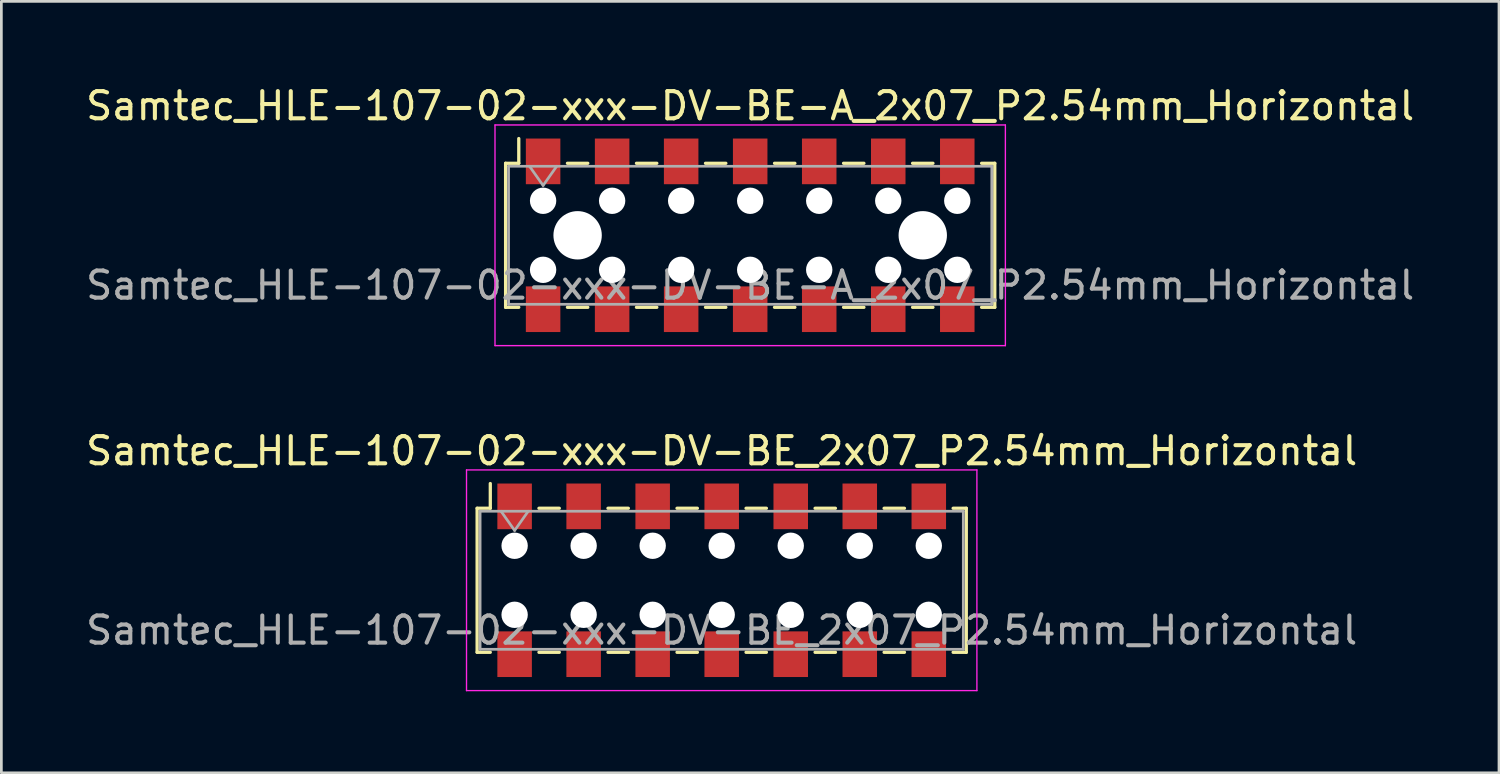
<source format=kicad_pcb>
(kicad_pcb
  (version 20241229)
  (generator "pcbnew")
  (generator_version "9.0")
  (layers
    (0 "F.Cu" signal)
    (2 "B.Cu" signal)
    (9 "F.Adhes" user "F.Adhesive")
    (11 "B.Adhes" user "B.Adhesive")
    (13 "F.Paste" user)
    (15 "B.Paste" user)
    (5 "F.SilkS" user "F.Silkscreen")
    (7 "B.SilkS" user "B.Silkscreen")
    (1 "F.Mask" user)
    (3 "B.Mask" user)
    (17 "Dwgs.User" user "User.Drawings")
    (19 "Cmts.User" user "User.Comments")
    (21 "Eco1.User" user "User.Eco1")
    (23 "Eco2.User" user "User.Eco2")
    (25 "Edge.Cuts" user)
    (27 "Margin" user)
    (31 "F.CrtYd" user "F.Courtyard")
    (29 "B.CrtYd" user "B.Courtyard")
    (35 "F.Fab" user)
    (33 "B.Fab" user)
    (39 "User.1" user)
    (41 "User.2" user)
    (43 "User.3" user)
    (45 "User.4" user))
  (footprint "Samtec_HLE-107-02-xxx-DV-BE-A_2x07_P2.54mm_Horizontal"
    (layer "F.Cu")
    (at 24.554 5.608)
    (property "Reference" "Samtec_HLE-107-02-xxx-DV-BE-A_2x07_P2.54mm_Horizontal" (at 0 -4.76 0) (layer "F.SilkS") (effects (font (size 1 1) (thickness 0.15))))
    (attr smd)
    (fp_line (start -9 -2.65) (end -9 2.65) (stroke (width 0.12) (type solid)) (layer "F.SilkS"))
    (fp_line (start -9 2.65) (end -8.515 2.65) (stroke (width 0.12) (type solid)) (layer "F.SilkS"))
    (fp_line (start -8.515 -3.56) (end -8.515 -2.65) (stroke (width 0.12) (type solid)) (layer "F.SilkS"))
    (fp_line (start -8.515 -2.65) (end -9 -2.65) (stroke (width 0.12) (type solid)) (layer "F.SilkS"))
    (fp_line (start -6.725 -2.65) (end -5.975 -2.65) (stroke (width 0.12) (type solid)) (layer "F.SilkS"))
    (fp_line (start -6.725 2.65) (end -5.975 2.65) (stroke (width 0.12) (type solid)) (layer "F.SilkS"))
    (fp_line (start -4.185 -2.65) (end -3.435 -2.65) (stroke (width 0.12) (type solid)) (layer "F.SilkS"))
    (fp_line (start -4.185 2.65) (end -3.435 2.65) (stroke (width 0.12) (type solid)) (layer "F.SilkS"))
    (fp_line (start -1.645 -2.65) (end -0.895 -2.65) (stroke (width 0.12) (type solid)) (layer "F.SilkS"))
    (fp_line (start -1.645 2.65) (end -0.895 2.65) (stroke (width 0.12) (type solid)) (layer "F.SilkS"))
    (fp_line (start 0.895 -2.65) (end 1.645 -2.65) (stroke (width 0.12) (type solid)) (layer "F.SilkS"))
    (fp_line (start 0.895 2.65) (end 1.645 2.65) (stroke (width 0.12) (type solid)) (layer "F.SilkS"))
    (fp_line (start 3.435 -2.65) (end 4.185 -2.65) (stroke (width 0.12) (type solid)) (layer "F.SilkS"))
    (fp_line (start 3.435 2.65) (end 4.185 2.65) (stroke (width 0.12) (type solid)) (layer "F.SilkS"))
    (fp_line (start 5.975 -2.65) (end 6.725 -2.65) (stroke (width 0.12) (type solid)) (layer "F.SilkS"))
    (fp_line (start 5.975 2.65) (end 6.725 2.65) (stroke (width 0.12) (type solid)) (layer "F.SilkS"))
    (fp_line (start 8.515 -2.65) (end 9 -2.65) (stroke (width 0.12) (type solid)) (layer "F.SilkS"))
    (fp_line (start 9 -2.65) (end 9 2.65) (stroke (width 0.12) (type solid)) (layer "F.SilkS"))
    (fp_line (start 9 2.65) (end 8.515 2.65) (stroke (width 0.12) (type solid)) (layer "F.SilkS"))
    (fp_line (start -9.39 -4.06) (end 9.39 -4.06) (stroke (width 0.05) (type solid)) (layer "F.CrtYd"))
    (fp_line (start -9.39 4.06) (end -9.39 -4.06) (stroke (width 0.05) (type solid)) (layer "F.CrtYd"))
    (fp_line (start 9.39 -4.06) (end 9.39 4.06) (stroke (width 0.05) (type solid)) (layer "F.CrtYd"))
    (fp_line (start 9.39 4.06) (end -9.39 4.06) (stroke (width 0.05) (type solid)) (layer "F.CrtYd"))
    (fp_line (start -8.89 -2.54) (end 8.89 -2.54) (stroke (width 0.1) (type solid)) (layer "F.Fab"))
    (fp_line (start -8.89 2.54) (end -8.89 -2.54) (stroke (width 0.1) (type solid)) (layer "F.Fab"))
    (fp_line (start -8.12 -2.54) (end -7.62 -1.833) (stroke (width 0.1) (type solid)) (layer "F.Fab"))
    (fp_line (start -7.62 -1.833) (end -7.12 -2.54) (stroke (width 0.1) (type solid)) (layer "F.Fab"))
    (fp_line (start 8.89 -2.54) (end 8.89 2.54) (stroke (width 0.1) (type solid)) (layer "F.Fab"))
    (fp_line (start 8.89 2.54) (end -8.89 2.54) (stroke (width 0.1) (type solid)) (layer "F.Fab"))
    (fp_text user "${REFERENCE}" (at 0 1.84 0) (layer "F.Fab") (effects (font (size 1 1) (thickness 0.15))))
    (pad "" np_thru_hole circle (at -7.62 -1.27) (size 0.97 0.97) (drill 0.97) (layers "*.Cu" "*.Mask"))
    (pad "" np_thru_hole circle (at -7.62 1.27) (size 0.97 0.97) (drill 0.97) (layers "*.Cu" "*.Mask"))
    (pad "" np_thru_hole circle (at -6.35 0) (size 1.78 1.78) (drill 1.78) (layers "*.Cu" "*.Mask"))
    (pad "" np_thru_hole circle (at -5.08 -1.27) (size 0.97 0.97) (drill 0.97) (layers "*.Cu" "*.Mask"))
    (pad "" np_thru_hole circle (at -5.08 1.27) (size 0.97 0.97) (drill 0.97) (layers "*.Cu" "*.Mask"))
    (pad "" np_thru_hole circle (at -2.54 -1.27) (size 0.97 0.97) (drill 0.97) (layers "*.Cu" "*.Mask"))
    (pad "" np_thru_hole circle (at -2.54 1.27) (size 0.97 0.97) (drill 0.97) (layers "*.Cu" "*.Mask"))
    (pad "" np_thru_hole circle (at 0 -1.27) (size 0.97 0.97) (drill 0.97) (layers "*.Cu" "*.Mask"))
    (pad "" np_thru_hole circle (at 0 1.27) (size 0.97 0.97) (drill 0.97) (layers "*.Cu" "*.Mask"))
    (pad "" np_thru_hole circle (at 2.54 -1.27) (size 0.97 0.97) (drill 0.97) (layers "*.Cu" "*.Mask"))
    (pad "" np_thru_hole circle (at 2.54 1.27) (size 0.97 0.97) (drill 0.97) (layers "*.Cu" "*.Mask"))
    (pad "" np_thru_hole circle (at 5.08 -1.27) (size 0.97 0.97) (drill 0.97) (layers "*.Cu" "*.Mask"))
    (pad "" np_thru_hole circle (at 5.08 1.27) (size 0.97 0.97) (drill 0.97) (layers "*.Cu" "*.Mask"))
    (pad "" np_thru_hole circle (at 6.35 0) (size 1.78 1.78) (drill 1.78) (layers "*.Cu" "*.Mask"))
    (pad "" np_thru_hole circle (at 7.62 -1.27) (size 0.97 0.97) (drill 0.97) (layers "*.Cu" "*.Mask"))
    (pad "" np_thru_hole circle (at 7.62 1.27) (size 0.97 0.97) (drill 0.97) (layers "*.Cu" "*.Mask"))
    (pad "1" smd rect (at -7.62 -2.72) (size 1.27 1.68) (layers "F.Cu" "F.Mask" "F.Paste"))
    (pad "2" smd rect (at -7.62 2.72) (size 1.27 1.68) (layers "F.Cu" "F.Mask" "F.Paste"))
    (pad "3" smd rect (at -5.08 -2.72) (size 1.27 1.68) (layers "F.Cu" "F.Mask" "F.Paste"))
    (pad "4" smd rect (at -5.08 2.72) (size 1.27 1.68) (layers "F.Cu" "F.Mask" "F.Paste"))
    (pad "5" smd rect (at -2.54 -2.72) (size 1.27 1.68) (layers "F.Cu" "F.Mask" "F.Paste"))
    (pad "6" smd rect (at -2.54 2.72) (size 1.27 1.68) (layers "F.Cu" "F.Mask" "F.Paste"))
    (pad "7" smd rect (at 0 -2.72) (size 1.27 1.68) (layers "F.Cu" "F.Mask" "F.Paste"))
    (pad "8" smd rect (at 0 2.72) (size 1.27 1.68) (layers "F.Cu" "F.Mask" "F.Paste"))
    (pad "9" smd rect (at 2.54 -2.72) (size 1.27 1.68) (layers "F.Cu" "F.Mask" "F.Paste"))
    (pad "10" smd rect (at 2.54 2.72) (size 1.27 1.68) (layers "F.Cu" "F.Mask" "F.Paste"))
    (pad "11" smd rect (at 5.08 -2.72) (size 1.27 1.68) (layers "F.Cu" "F.Mask" "F.Paste"))
    (pad "12" smd rect (at 5.08 2.72) (size 1.27 1.68) (layers "F.Cu" "F.Mask" "F.Paste"))
    (pad "13" smd rect (at 7.62 -2.72) (size 1.27 1.68) (layers "F.Cu" "F.Mask" "F.Paste"))
    (pad "14" smd rect (at 7.62 2.72) (size 1.27 1.68) (layers "F.Cu" "F.Mask" "F.Paste")))
  (footprint "Samtec_HLE-107-02-xxx-DV-BE_2x07_P2.54mm_Horizontal"
    (layer "F.Cu")
    (at 23.506 18.302)
    (property "Reference" "Samtec_HLE-107-02-xxx-DV-BE_2x07_P2.54mm_Horizontal" (at 0 -4.76 0) (layer "F.SilkS") (effects (font (size 1 1) (thickness 0.15))))
    (attr smd)
    (fp_line (start -9 -2.65) (end -9 2.65) (stroke (width 0.12) (type solid)) (layer "F.SilkS"))
    (fp_line (start -9 2.65) (end -8.515 2.65) (stroke (width 0.12) (type solid)) (layer "F.SilkS"))
    (fp_line (start -8.515 -3.56) (end -8.515 -2.65) (stroke (width 0.12) (type solid)) (layer "F.SilkS"))
    (fp_line (start -8.515 -2.65) (end -9 -2.65) (stroke (width 0.12) (type solid)) (layer "F.SilkS"))
    (fp_line (start -6.725 -2.65) (end -5.975 -2.65) (stroke (width 0.12) (type solid)) (layer "F.SilkS"))
    (fp_line (start -6.725 2.65) (end -5.975 2.65) (stroke (width 0.12) (type solid)) (layer "F.SilkS"))
    (fp_line (start -4.185 -2.65) (end -3.435 -2.65) (stroke (width 0.12) (type solid)) (layer "F.SilkS"))
    (fp_line (start -4.185 2.65) (end -3.435 2.65) (stroke (width 0.12) (type solid)) (layer "F.SilkS"))
    (fp_line (start -1.645 -2.65) (end -0.895 -2.65) (stroke (width 0.12) (type solid)) (layer "F.SilkS"))
    (fp_line (start -1.645 2.65) (end -0.895 2.65) (stroke (width 0.12) (type solid)) (layer "F.SilkS"))
    (fp_line (start 0.895 -2.65) (end 1.645 -2.65) (stroke (width 0.12) (type solid)) (layer "F.SilkS"))
    (fp_line (start 0.895 2.65) (end 1.645 2.65) (stroke (width 0.12) (type solid)) (layer "F.SilkS"))
    (fp_line (start 3.435 -2.65) (end 4.185 -2.65) (stroke (width 0.12) (type solid)) (layer "F.SilkS"))
    (fp_line (start 3.435 2.65) (end 4.185 2.65) (stroke (width 0.12) (type solid)) (layer "F.SilkS"))
    (fp_line (start 5.975 -2.65) (end 6.725 -2.65) (stroke (width 0.12) (type solid)) (layer "F.SilkS"))
    (fp_line (start 5.975 2.65) (end 6.725 2.65) (stroke (width 0.12) (type solid)) (layer "F.SilkS"))
    (fp_line (start 8.515 -2.65) (end 9 -2.65) (stroke (width 0.12) (type solid)) (layer "F.SilkS"))
    (fp_line (start 9 -2.65) (end 9 2.65) (stroke (width 0.12) (type solid)) (layer "F.SilkS"))
    (fp_line (start 9 2.65) (end 8.515 2.65) (stroke (width 0.12) (type solid)) (layer "F.SilkS"))
    (fp_line (start -9.39 -4.06) (end 9.39 -4.06) (stroke (width 0.05) (type solid)) (layer "F.CrtYd"))
    (fp_line (start -9.39 4.06) (end -9.39 -4.06) (stroke (width 0.05) (type solid)) (layer "F.CrtYd"))
    (fp_line (start 9.39 -4.06) (end 9.39 4.06) (stroke (width 0.05) (type solid)) (layer "F.CrtYd"))
    (fp_line (start 9.39 4.06) (end -9.39 4.06) (stroke (width 0.05) (type solid)) (layer "F.CrtYd"))
    (fp_line (start -8.89 -2.54) (end 8.89 -2.54) (stroke (width 0.1) (type solid)) (layer "F.Fab"))
    (fp_line (start -8.89 2.54) (end -8.89 -2.54) (stroke (width 0.1) (type solid)) (layer "F.Fab"))
    (fp_line (start -8.12 -2.54) (end -7.62 -1.833) (stroke (width 0.1) (type solid)) (layer "F.Fab"))
    (fp_line (start -7.62 -1.833) (end -7.12 -2.54) (stroke (width 0.1) (type solid)) (layer "F.Fab"))
    (fp_line (start 8.89 -2.54) (end 8.89 2.54) (stroke (width 0.1) (type solid)) (layer "F.Fab"))
    (fp_line (start 8.89 2.54) (end -8.89 2.54) (stroke (width 0.1) (type solid)) (layer "F.Fab"))
    (fp_text user "${REFERENCE}" (at 0 1.84 0) (layer "F.Fab") (effects (font (size 1 1) (thickness 0.15))))
    (pad "" np_thru_hole circle (at -7.62 -1.27) (size 0.97 0.97) (drill 0.97) (layers "*.Cu" "*.Mask"))
    (pad "" np_thru_hole circle (at -7.62 1.27) (size 0.97 0.97) (drill 0.97) (layers "*.Cu" "*.Mask"))
    (pad "" np_thru_hole circle (at -5.08 -1.27) (size 0.97 0.97) (drill 0.97) (layers "*.Cu" "*.Mask"))
    (pad "" np_thru_hole circle (at -5.08 1.27) (size 0.97 0.97) (drill 0.97) (layers "*.Cu" "*.Mask"))
    (pad "" np_thru_hole circle (at -2.54 -1.27) (size 0.97 0.97) (drill 0.97) (layers "*.Cu" "*.Mask"))
    (pad "" np_thru_hole circle (at -2.54 1.27) (size 0.97 0.97) (drill 0.97) (layers "*.Cu" "*.Mask"))
    (pad "" np_thru_hole circle (at 0 -1.27) (size 0.97 0.97) (drill 0.97) (layers "*.Cu" "*.Mask"))
    (pad "" np_thru_hole circle (at 0 1.27) (size 0.97 0.97) (drill 0.97) (layers "*.Cu" "*.Mask"))
    (pad "" np_thru_hole circle (at 2.54 -1.27) (size 0.97 0.97) (drill 0.97) (layers "*.Cu" "*.Mask"))
    (pad "" np_thru_hole circle (at 2.54 1.27) (size 0.97 0.97) (drill 0.97) (layers "*.Cu" "*.Mask"))
    (pad "" np_thru_hole circle (at 5.08 -1.27) (size 0.97 0.97) (drill 0.97) (layers "*.Cu" "*.Mask"))
    (pad "" np_thru_hole circle (at 5.08 1.27) (size 0.97 0.97) (drill 0.97) (layers "*.Cu" "*.Mask"))
    (pad "" np_thru_hole circle (at 7.62 -1.27) (size 0.97 0.97) (drill 0.97) (layers "*.Cu" "*.Mask"))
    (pad "" np_thru_hole circle (at 7.62 1.27) (size 0.97 0.97) (drill 0.97) (layers "*.Cu" "*.Mask"))
    (pad "1" smd rect (at -7.62 -2.72) (size 1.27 1.68) (layers "F.Cu" "F.Mask" "F.Paste"))
    (pad "2" smd rect (at -7.62 2.72) (size 1.27 1.68) (layers "F.Cu" "F.Mask" "F.Paste"))
    (pad "3" smd rect (at -5.08 -2.72) (size 1.27 1.68) (layers "F.Cu" "F.Mask" "F.Paste"))
    (pad "4" smd rect (at -5.08 2.72) (size 1.27 1.68) (layers "F.Cu" "F.Mask" "F.Paste"))
    (pad "5" smd rect (at -2.54 -2.72) (size 1.27 1.68) (layers "F.Cu" "F.Mask" "F.Paste"))
    (pad "6" smd rect (at -2.54 2.72) (size 1.27 1.68) (layers "F.Cu" "F.Mask" "F.Paste"))
    (pad "7" smd rect (at 0 -2.72) (size 1.27 1.68) (layers "F.Cu" "F.Mask" "F.Paste"))
    (pad "8" smd rect (at 0 2.72) (size 1.27 1.68) (layers "F.Cu" "F.Mask" "F.Paste"))
    (pad "9" smd rect (at 2.54 -2.72) (size 1.27 1.68) (layers "F.Cu" "F.Mask" "F.Paste"))
    (pad "10" smd rect (at 2.54 2.72) (size 1.27 1.68) (layers "F.Cu" "F.Mask" "F.Paste"))
    (pad "11" smd rect (at 5.08 -2.72) (size 1.27 1.68) (layers "F.Cu" "F.Mask" "F.Paste"))
    (pad "12" smd rect (at 5.08 2.72) (size 1.27 1.68) (layers "F.Cu" "F.Mask" "F.Paste"))
    (pad "13" smd rect (at 7.62 -2.72) (size 1.27 1.68) (layers "F.Cu" "F.Mask" "F.Paste"))
    (pad "14" smd rect (at 7.62 2.72) (size 1.27 1.68) (layers "F.Cu" "F.Mask" "F.Paste")))
  (gr_rect
    (start -3 -3)
    (end 52.107 25.387)
    (stroke (width 0.1) (type default))
    (fill no)
    (layer "Edge.Cuts")))
</source>
